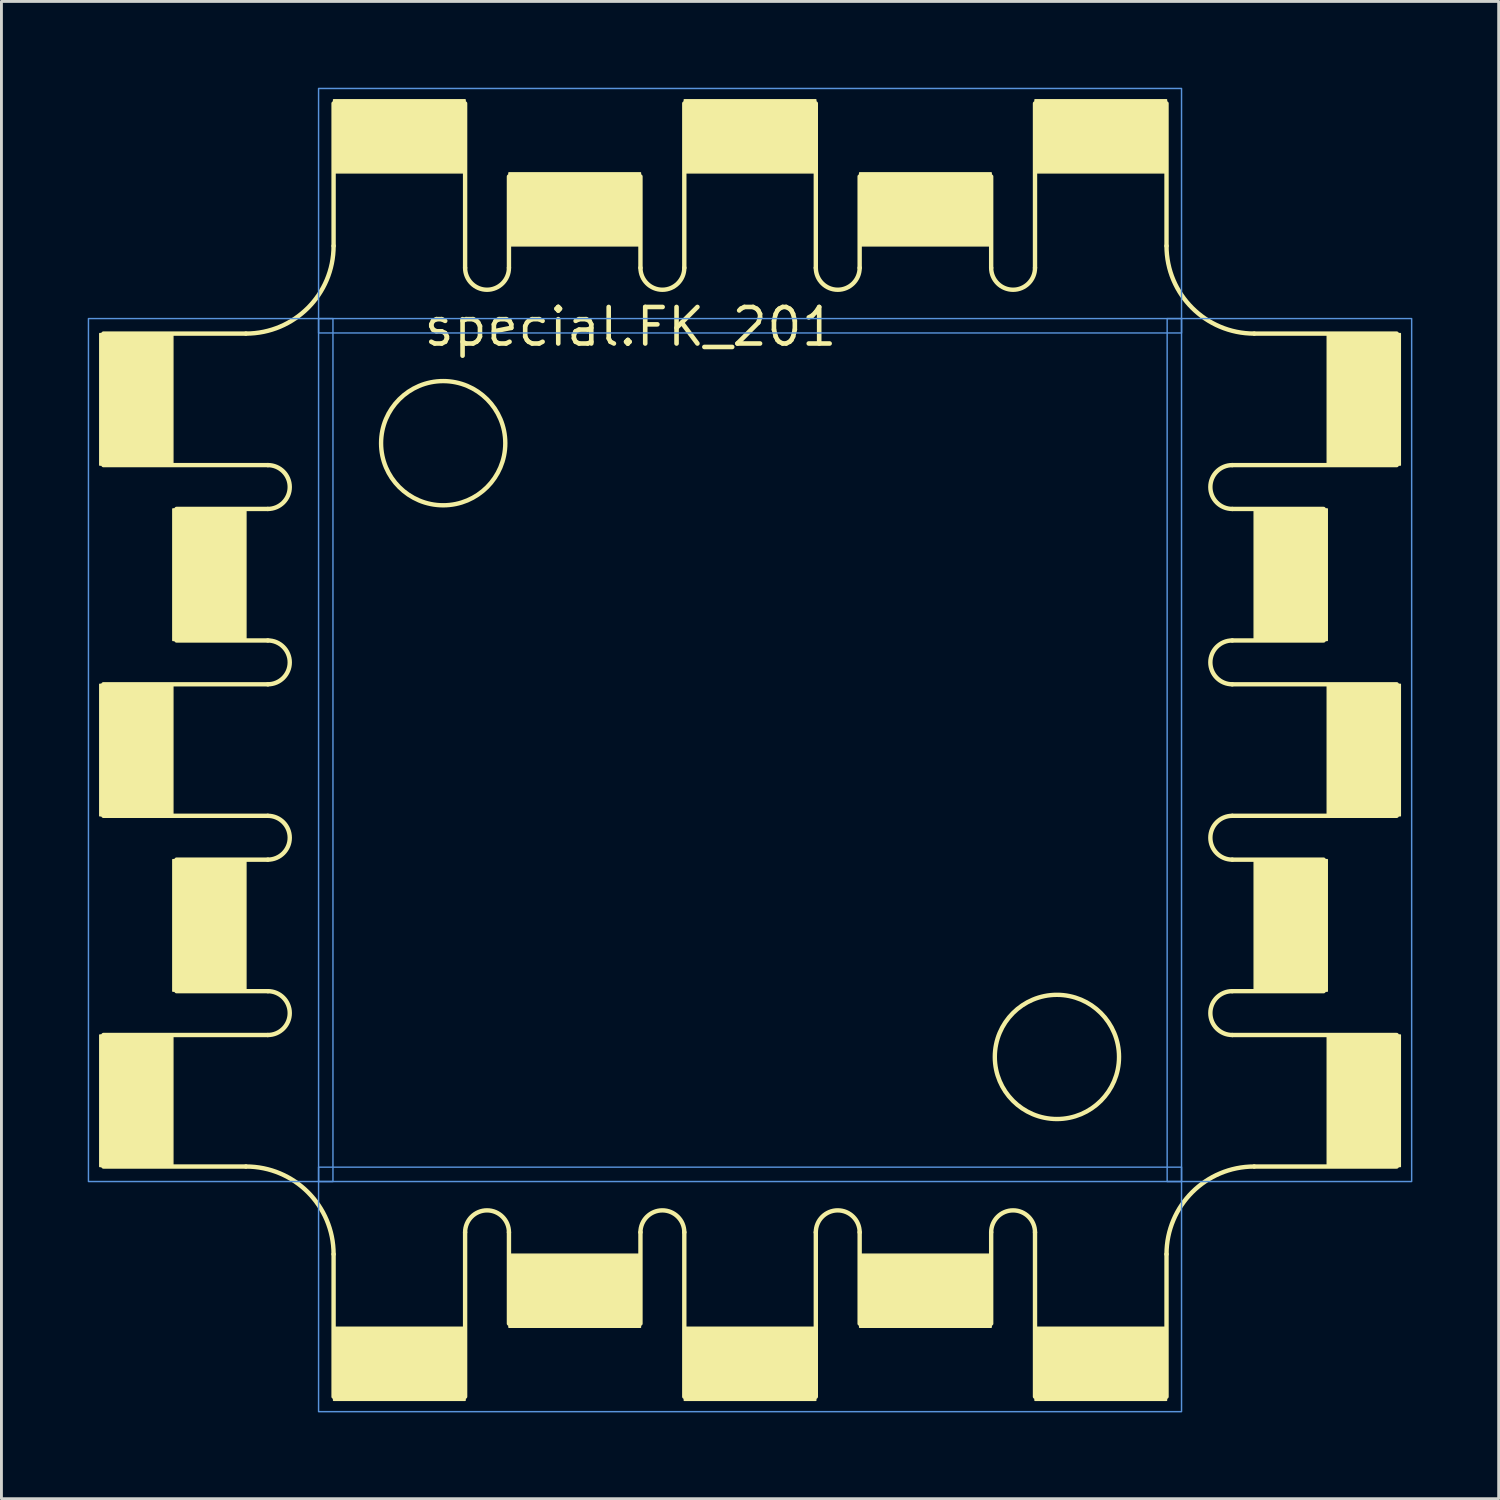
<source format=kicad_pcb>
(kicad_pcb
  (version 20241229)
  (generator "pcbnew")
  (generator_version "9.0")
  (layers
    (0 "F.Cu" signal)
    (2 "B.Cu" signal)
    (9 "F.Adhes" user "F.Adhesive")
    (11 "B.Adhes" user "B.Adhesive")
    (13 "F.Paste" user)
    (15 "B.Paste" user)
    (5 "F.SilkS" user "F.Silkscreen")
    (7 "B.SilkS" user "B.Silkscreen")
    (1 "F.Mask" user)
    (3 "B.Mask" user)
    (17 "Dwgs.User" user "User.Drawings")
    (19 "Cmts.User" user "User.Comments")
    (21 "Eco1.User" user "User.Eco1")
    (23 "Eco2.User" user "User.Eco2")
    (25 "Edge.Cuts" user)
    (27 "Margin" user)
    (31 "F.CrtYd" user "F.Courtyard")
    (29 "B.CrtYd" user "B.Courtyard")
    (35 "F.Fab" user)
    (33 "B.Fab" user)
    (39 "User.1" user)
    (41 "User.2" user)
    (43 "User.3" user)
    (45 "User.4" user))
  (footprint "special.FK_201"
    (layer "F.Cu")
    (at 23.025 23.025)
    (property "Reference" "special.FK_201" (at -11.43 -13.97 0) (layer "F.SilkS") (effects (font (size 1.27 1.27) (thickness 0.16)) (justify left bottom)))
    (fp_line (start -22.479 -14.478) (end -17.526 -14.478) (stroke (width 0.152) (type default)) (layer "F.SilkS"))
    (fp_line (start -22.479 -9.906) (end -16.764 -9.906) (stroke (width 0.152) (type default)) (layer "F.SilkS"))
    (fp_line (start -22.479 -2.286) (end -16.764 -2.286) (stroke (width 0.152) (type default)) (layer "F.SilkS"))
    (fp_line (start -22.479 2.286) (end -16.764 2.286) (stroke (width 0.152) (type default)) (layer "F.SilkS"))
    (fp_line (start -22.479 9.906) (end -16.764 9.906) (stroke (width 0.152) (type default)) (layer "F.SilkS"))
    (fp_line (start -22.479 14.478) (end -17.526 14.478) (stroke (width 0.152) (type default)) (layer "F.SilkS"))
    (fp_line (start -19.939 -8.382) (end -16.764 -8.382) (stroke (width 0.152) (type default)) (layer "F.SilkS"))
    (fp_line (start -19.939 -3.81) (end -16.764 -3.81) (stroke (width 0.152) (type default)) (layer "F.SilkS"))
    (fp_line (start -19.939 3.81) (end -16.764 3.81) (stroke (width 0.152) (type default)) (layer "F.SilkS"))
    (fp_line (start -19.939 8.382) (end -16.764 8.382) (stroke (width 0.152) (type default)) (layer "F.SilkS"))
    (fp_line (start -14.478 -22.479) (end -14.478 -17.526) (stroke (width 0.152) (type default)) (layer "F.SilkS"))
    (fp_line (start -14.478 22.479) (end -14.478 17.526) (stroke (width 0.152) (type default)) (layer "F.SilkS"))
    (fp_line (start -9.906 -22.479) (end -9.906 -16.764) (stroke (width 0.152) (type default)) (layer "F.SilkS"))
    (fp_line (start -9.906 22.479) (end -9.906 16.764) (stroke (width 0.152) (type default)) (layer "F.SilkS"))
    (fp_line (start -8.382 -19.939) (end -8.382 -16.764) (stroke (width 0.152) (type default)) (layer "F.SilkS"))
    (fp_line (start -8.382 19.939) (end -8.382 16.764) (stroke (width 0.152) (type default)) (layer "F.SilkS"))
    (fp_line (start -3.81 -19.939) (end -3.81 -16.764) (stroke (width 0.152) (type default)) (layer "F.SilkS"))
    (fp_line (start -3.81 19.939) (end -3.81 16.764) (stroke (width 0.152) (type default)) (layer "F.SilkS"))
    (fp_line (start -2.286 -22.479) (end -2.286 -16.764) (stroke (width 0.152) (type default)) (layer "F.SilkS"))
    (fp_line (start -2.286 22.479) (end -2.286 16.764) (stroke (width 0.152) (type default)) (layer "F.SilkS"))
    (fp_line (start 2.286 -22.479) (end 2.286 -16.764) (stroke (width 0.152) (type default)) (layer "F.SilkS"))
    (fp_line (start 2.286 22.479) (end 2.286 16.764) (stroke (width 0.152) (type default)) (layer "F.SilkS"))
    (fp_line (start 3.81 -19.939) (end 3.81 -16.764) (stroke (width 0.152) (type default)) (layer "F.SilkS"))
    (fp_line (start 3.81 19.939) (end 3.81 16.764) (stroke (width 0.152) (type default)) (layer "F.SilkS"))
    (fp_line (start 8.382 -19.939) (end 8.382 -16.764) (stroke (width 0.152) (type default)) (layer "F.SilkS"))
    (fp_line (start 8.382 19.939) (end 8.382 16.764) (stroke (width 0.152) (type default)) (layer "F.SilkS"))
    (fp_line (start 9.906 -22.479) (end 9.906 -16.764) (stroke (width 0.152) (type default)) (layer "F.SilkS"))
    (fp_line (start 9.906 22.479) (end 9.906 16.764) (stroke (width 0.152) (type default)) (layer "F.SilkS"))
    (fp_line (start 14.478 -22.479) (end 14.478 -17.526) (stroke (width 0.152) (type default)) (layer "F.SilkS"))
    (fp_line (start 14.478 22.479) (end 14.478 17.526) (stroke (width 0.152) (type default)) (layer "F.SilkS"))
    (fp_line (start 19.939 -8.382) (end 16.764 -8.382) (stroke (width 0.152) (type default)) (layer "F.SilkS"))
    (fp_line (start 19.939 -3.81) (end 16.764 -3.81) (stroke (width 0.152) (type default)) (layer "F.SilkS"))
    (fp_line (start 19.939 3.81) (end 16.764 3.81) (stroke (width 0.152) (type default)) (layer "F.SilkS"))
    (fp_line (start 19.939 8.382) (end 16.764 8.382) (stroke (width 0.152) (type default)) (layer "F.SilkS"))
    (fp_line (start 22.479 -14.478) (end 17.526 -14.478) (stroke (width 0.152) (type default)) (layer "F.SilkS"))
    (fp_line (start 22.479 -9.906) (end 16.764 -9.906) (stroke (width 0.152) (type default)) (layer "F.SilkS"))
    (fp_line (start 22.479 -2.286) (end 16.764 -2.286) (stroke (width 0.152) (type default)) (layer "F.SilkS"))
    (fp_line (start 22.479 2.286) (end 16.764 2.286) (stroke (width 0.152) (type default)) (layer "F.SilkS"))
    (fp_line (start 22.479 9.906) (end 16.764 9.906) (stroke (width 0.152) (type default)) (layer "F.SilkS"))
    (fp_line (start 22.479 14.478) (end 17.526 14.478) (stroke (width 0.152) (type default)) (layer "F.SilkS"))
    (fp_rect (start -22.606 -9.906) (end -20.066 -14.478) (stroke (width 0.05) (type default)) (fill yes) (layer "F.SilkS"))
    (fp_rect (start -22.606 2.286) (end -20.066 -2.286) (stroke (width 0.05) (type default)) (fill yes) (layer "F.SilkS"))
    (fp_rect (start -22.606 14.478) (end -20.066 9.906) (stroke (width 0.05) (type default)) (fill yes) (layer "F.SilkS"))
    (fp_rect (start -20.066 -3.81) (end -17.526 -8.382) (stroke (width 0.05) (type default)) (fill yes) (layer "F.SilkS"))
    (fp_rect (start -20.066 8.382) (end -17.526 3.81) (stroke (width 0.05) (type default)) (fill yes) (layer "F.SilkS"))
    (fp_rect (start -14.478 -20.066) (end -9.906 -22.606) (stroke (width 0.05) (type default)) (fill yes) (layer "F.SilkS"))
    (fp_rect (start -14.478 22.606) (end -9.906 20.066) (stroke (width 0.05) (type default)) (fill yes) (layer "F.SilkS"))
    (fp_rect (start -8.382 -17.526) (end -3.81 -20.066) (stroke (width 0.05) (type default)) (fill yes) (layer "F.SilkS"))
    (fp_rect (start -8.382 20.066) (end -3.81 17.526) (stroke (width 0.05) (type default)) (fill yes) (layer "F.SilkS"))
    (fp_rect (start -2.286 -20.066) (end 2.286 -22.606) (stroke (width 0.05) (type default)) (fill yes) (layer "F.SilkS"))
    (fp_rect (start -2.286 22.606) (end 2.286 20.066) (stroke (width 0.05) (type default)) (fill yes) (layer "F.SilkS"))
    (fp_rect (start 3.81 -17.526) (end 8.382 -20.066) (stroke (width 0.05) (type default)) (fill yes) (layer "F.SilkS"))
    (fp_rect (start 3.81 20.066) (end 8.382 17.526) (stroke (width 0.05) (type default)) (fill yes) (layer "F.SilkS"))
    (fp_rect (start 9.906 -20.066) (end 14.478 -22.606) (stroke (width 0.05) (type default)) (fill yes) (layer "F.SilkS"))
    (fp_rect (start 9.906 22.606) (end 14.478 20.066) (stroke (width 0.05) (type default)) (fill yes) (layer "F.SilkS"))
    (fp_rect (start 17.526 -3.81) (end 20.066 -8.382) (stroke (width 0.05) (type default)) (fill yes) (layer "F.SilkS"))
    (fp_rect (start 17.526 8.382) (end 20.066 3.81) (stroke (width 0.05) (type default)) (fill yes) (layer "F.SilkS"))
    (fp_rect (start 20.066 -9.906) (end 22.606 -14.478) (stroke (width 0.05) (type default)) (fill yes) (layer "F.SilkS"))
    (fp_rect (start 20.066 2.286) (end 22.606 -2.286) (stroke (width 0.05) (type default)) (fill yes) (layer "F.SilkS"))
    (fp_rect (start 20.066 14.478) (end 22.606 9.906) (stroke (width 0.05) (type default)) (fill yes) (layer "F.SilkS"))
    (fp_arc (start -17.526 14.478) (mid -15.370739 15.370739) (end -14.478 17.526) (stroke (width 0.1524) (type default)) (layer "F.SilkS"))
    (fp_arc (start -16.764 -9.906) (mid -16.002 -9.144) (end -16.764 -8.382) (stroke (width 0.1524) (type default)) (layer "F.SilkS"))
    (fp_arc (start -16.764 -3.81) (mid -16.002 -3.048) (end -16.764 -2.286) (stroke (width 0.1524) (type default)) (layer "F.SilkS"))
    (fp_arc (start -16.764 2.286) (mid -16.002 3.048) (end -16.764 3.81) (stroke (width 0.1524) (type default)) (layer "F.SilkS"))
    (fp_arc (start -16.764 8.382) (mid -16.002 9.144) (end -16.764 9.906) (stroke (width 0.1524) (type default)) (layer "F.SilkS"))
    (fp_arc (start -14.478 -17.526) (mid -15.370739 -15.370739) (end -17.526 -14.478) (stroke (width 0.1524) (type default)) (layer "F.SilkS"))
    (fp_arc (start -9.906 16.764) (mid -9.144 16.002) (end -8.382 16.764) (stroke (width 0.1524) (type default)) (layer "F.SilkS"))
    (fp_arc (start -8.382 -16.764) (mid -9.144 -16.002) (end -9.906 -16.764) (stroke (width 0.1524) (type default)) (layer "F.SilkS"))
    (fp_arc (start -3.81 16.764) (mid -3.048 16.002) (end -2.286 16.764) (stroke (width 0.1524) (type default)) (layer "F.SilkS"))
    (fp_arc (start -2.286 -16.764) (mid -3.048 -16.002) (end -3.81 -16.764) (stroke (width 0.1524) (type default)) (layer "F.SilkS"))
    (fp_arc (start 2.286 16.764) (mid 3.048 16.002) (end 3.81 16.764) (stroke (width 0.1524) (type default)) (layer "F.SilkS"))
    (fp_arc (start 3.81 -16.764) (mid 3.048 -16.002) (end 2.286 -16.764) (stroke (width 0.1524) (type default)) (layer "F.SilkS"))
    (fp_arc (start 8.382 16.764) (mid 9.144 16.002) (end 9.906 16.764) (stroke (width 0.1524) (type default)) (layer "F.SilkS"))
    (fp_arc (start 9.906 -16.764) (mid 9.144 -16.002) (end 8.382 -16.764) (stroke (width 0.1524) (type default)) (layer "F.SilkS"))
    (fp_arc (start 14.478 17.526) (mid 15.370739 15.370739) (end 17.526 14.478) (stroke (width 0.1524) (type default)) (layer "F.SilkS"))
    (fp_arc (start 16.764 -8.382) (mid 16.002 -9.144) (end 16.764 -9.906) (stroke (width 0.1524) (type default)) (layer "F.SilkS"))
    (fp_arc (start 16.764 -2.286) (mid 16.002 -3.048) (end 16.764 -3.81) (stroke (width 0.1524) (type default)) (layer "F.SilkS"))
    (fp_arc (start 16.764 3.81) (mid 16.002 3.048) (end 16.764 2.286) (stroke (width 0.1524) (type default)) (layer "F.SilkS"))
    (fp_arc (start 16.764 9.906) (mid 16.002 9.144) (end 16.764 8.382) (stroke (width 0.1524) (type default)) (layer "F.SilkS"))
    (fp_arc (start 17.526 -14.478) (mid 15.370739 -15.370739) (end 14.478 -17.526) (stroke (width 0.1524) (type default)) (layer "F.SilkS"))
    (fp_circle (center -10.668 -10.668) (end -8.509 -10.668) (stroke (width 0.152) (type default)) (fill no) (layer "F.SilkS"))
    (fp_circle (center 10.668 10.668) (end 12.827 10.668) (stroke (width 0.152) (type default)) (fill no) (layer "F.SilkS"))
    (fp_rect (start -23 15) (end -14.5 -15) (stroke (width 0.05) (type default)) (fill no) (layer "Cmts.User"))
    (fp_rect (start -15 -14.5) (end 15 -23) (stroke (width 0.05) (type default)) (fill no) (layer "Cmts.User"))
    (fp_rect (start -15 15) (end 15 -15) (stroke (width 0.05) (type default)) (fill no) (layer "Cmts.User"))
    (fp_rect (start -15 23) (end 15 14.5) (stroke (width 0.05) (type default)) (fill no) (layer "Cmts.User"))
    (fp_rect (start 14.5 15) (end 23 -15) (stroke (width 0.05) (type default)) (fill no) (layer "Cmts.User")))
  (gr_rect
    (start -3 -3)
    (end 49.05 49.05)
    (stroke (width 0.1) (type default))
    (fill no)
    (layer "Edge.Cuts")))
</source>
